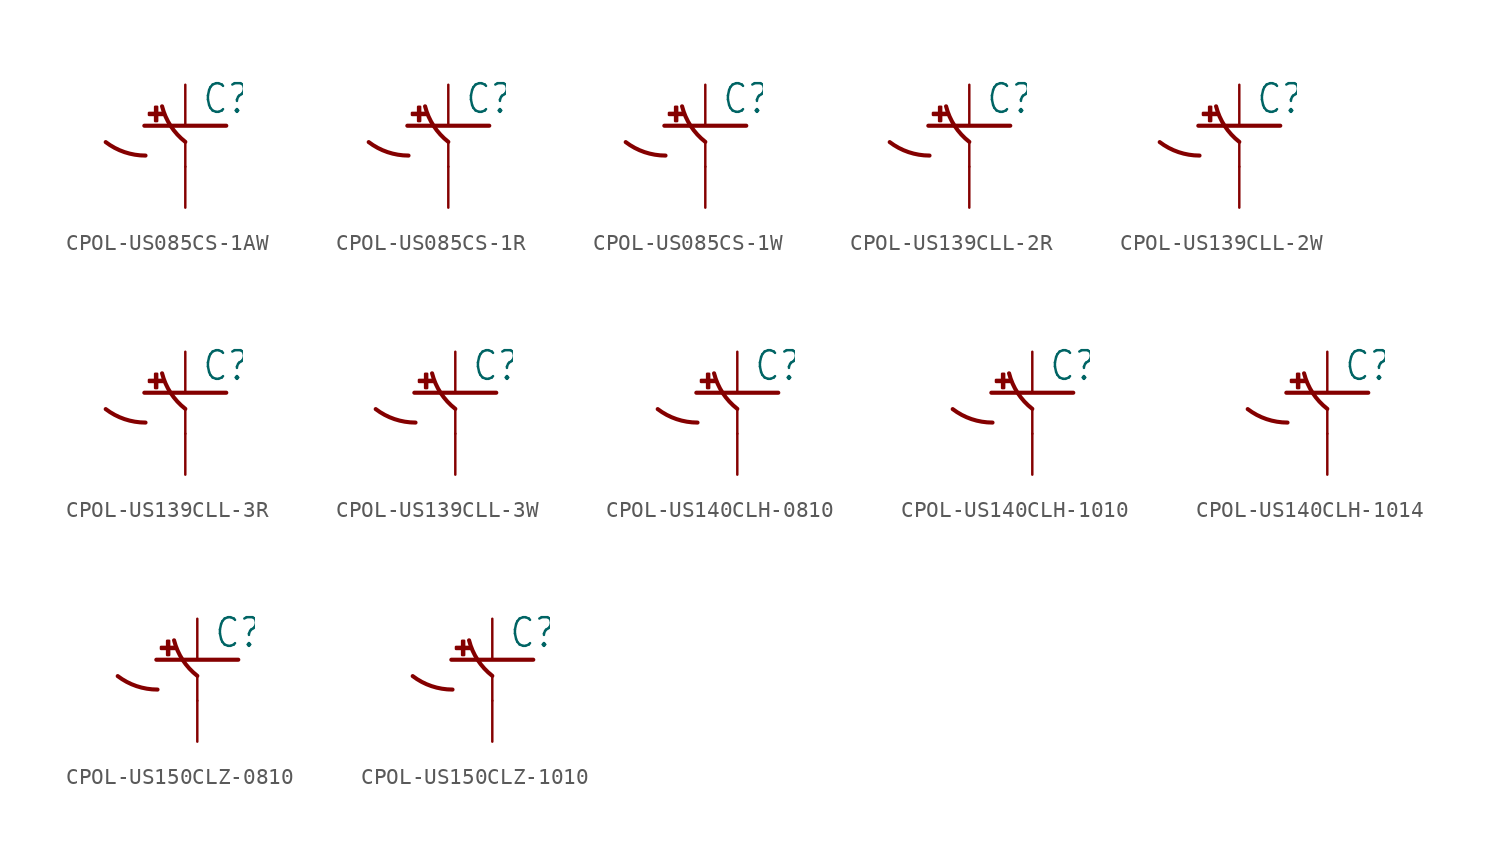
<source format=kicad_sym>
(kicad_symbol_lib
  (version 20241209)
  (generator "kicad_symbol_editor")
  (generator_version "9.0")
  (symbol "CPOL-US085CS-1AW"
    (property "Reference" "C"
      (at 1.016 0.635 0)
      (effects (font (size 1.778 1.511)) (justify left bottom)))
    (property "Value" ""
      (at 1.016 -4.191 0)
      (effects (font (size 1.778 1.511)) (justify left bottom)))
    (property "ki_locked" ""
      (at 0 0 0)
      (effects (font (size 1.27 1.27))))
    (symbol "CPOL-US085CS-1AW_1_0"
      (polyline (pts (xy -2.54 0) (xy 2.54 0)) (stroke (width 0.254) (type solid)) (fill (type none)))
      (arc (start -2.4669 -1.8504) (mid -3.7689 -1.6361) (end -4.9337 -1.0159) (stroke (width 0.254) (type solid)) (fill (type none)))
      (rectangle (start -2.253 0.668) (end -1.364 0.795) (stroke (width 0) (type default)) (fill (type outline)))
      (rectangle (start -1.872 0.287) (end -1.745 1.176) (stroke (width 0) (type default)) (fill (type outline)))
      (polyline (pts (xy 0 -1.016) (xy 0 -2.54)) (stroke (width 0.152) (type solid)) (fill (type none)))
      (arc (start 0 -1) (mid -0.9038 -0.0189) (end -1.4403 1.2025) (stroke (width 0.254) (type solid)) (fill (type none)))
      (pin passive line (at 0 2.54 270) (length 2.54) (name "+" (effects (font (size 0 0)))) (number "+" (effects (font (size 0 0)))))
      (pin passive line (at 0 -5.08 90) (length 2.54) (name "-" (effects (font (size 0 0)))) (number "-" (effects (font (size 0 0)))))))
  (symbol "CPOL-US085CS-1R"
    (property "Reference" "C"
      (at 1.016 0.635 0)
      (effects (font (size 1.778 1.511)) (justify left bottom)))
    (property "Value" ""
      (at 1.016 -4.191 0)
      (effects (font (size 1.778 1.511)) (justify left bottom)))
    (property "ki_locked" ""
      (at 0 0 0)
      (effects (font (size 1.27 1.27))))
    (symbol "CPOL-US085CS-1R_1_0"
      (polyline (pts (xy -2.54 0) (xy 2.54 0)) (stroke (width 0.254) (type solid)) (fill (type none)))
      (arc (start -2.4669 -1.8504) (mid -3.7689 -1.6361) (end -4.9337 -1.0159) (stroke (width 0.254) (type solid)) (fill (type none)))
      (rectangle (start -2.253 0.668) (end -1.364 0.795) (stroke (width 0) (type default)) (fill (type outline)))
      (rectangle (start -1.872 0.287) (end -1.745 1.176) (stroke (width 0) (type default)) (fill (type outline)))
      (polyline (pts (xy 0 -1.016) (xy 0 -2.54)) (stroke (width 0.152) (type solid)) (fill (type none)))
      (arc (start 0 -1) (mid -0.9038 -0.0189) (end -1.4403 1.2025) (stroke (width 0.254) (type solid)) (fill (type none)))
      (pin passive line (at 0 2.54 270) (length 2.54) (name "+" (effects (font (size 0 0)))) (number "+" (effects (font (size 0 0)))))
      (pin passive line (at 0 -5.08 90) (length 2.54) (name "-" (effects (font (size 0 0)))) (number "-" (effects (font (size 0 0)))))))
  (symbol "CPOL-US085CS-1W"
    (property "Reference" "C"
      (at 1.016 0.635 0)
      (effects (font (size 1.778 1.511)) (justify left bottom)))
    (property "Value" ""
      (at 1.016 -4.191 0)
      (effects (font (size 1.778 1.511)) (justify left bottom)))
    (property "ki_locked" ""
      (at 0 0 0)
      (effects (font (size 1.27 1.27))))
    (symbol "CPOL-US085CS-1W_1_0"
      (polyline (pts (xy -2.54 0) (xy 2.54 0)) (stroke (width 0.254) (type solid)) (fill (type none)))
      (arc (start -2.4669 -1.8504) (mid -3.7689 -1.6361) (end -4.9337 -1.0159) (stroke (width 0.254) (type solid)) (fill (type none)))
      (rectangle (start -2.253 0.668) (end -1.364 0.795) (stroke (width 0) (type default)) (fill (type outline)))
      (rectangle (start -1.872 0.287) (end -1.745 1.176) (stroke (width 0) (type default)) (fill (type outline)))
      (polyline (pts (xy 0 -1.016) (xy 0 -2.54)) (stroke (width 0.152) (type solid)) (fill (type none)))
      (arc (start 0 -1) (mid -0.9038 -0.0189) (end -1.4403 1.2025) (stroke (width 0.254) (type solid)) (fill (type none)))
      (pin passive line (at 0 2.54 270) (length 2.54) (name "+" (effects (font (size 0 0)))) (number "+" (effects (font (size 0 0)))))
      (pin passive line (at 0 -5.08 90) (length 2.54) (name "-" (effects (font (size 0 0)))) (number "-" (effects (font (size 0 0)))))))
  (symbol "CPOL-US139CLL-2R"
    (property "Reference" "C"
      (at 1.016 0.635 0)
      (effects (font (size 1.778 1.511)) (justify left bottom)))
    (property "Value" ""
      (at 1.016 -4.191 0)
      (effects (font (size 1.778 1.511)) (justify left bottom)))
    (property "ki_locked" ""
      (at 0 0 0)
      (effects (font (size 1.27 1.27))))
    (symbol "CPOL-US139CLL-2R_1_0"
      (polyline (pts (xy -2.54 0) (xy 2.54 0)) (stroke (width 0.254) (type solid)) (fill (type none)))
      (arc (start -2.4669 -1.8504) (mid -3.7689 -1.6361) (end -4.9337 -1.0159) (stroke (width 0.254) (type solid)) (fill (type none)))
      (rectangle (start -2.253 0.668) (end -1.364 0.795) (stroke (width 0) (type default)) (fill (type outline)))
      (rectangle (start -1.872 0.287) (end -1.745 1.176) (stroke (width 0) (type default)) (fill (type outline)))
      (polyline (pts (xy 0 -1.016) (xy 0 -2.54)) (stroke (width 0.152) (type solid)) (fill (type none)))
      (arc (start 0 -1) (mid -0.9038 -0.0189) (end -1.4403 1.2025) (stroke (width 0.254) (type solid)) (fill (type none)))
      (pin passive line (at 0 2.54 270) (length 2.54) (name "+" (effects (font (size 0 0)))) (number "+" (effects (font (size 0 0)))))
      (pin passive line (at 0 -5.08 90) (length 2.54) (name "-" (effects (font (size 0 0)))) (number "-" (effects (font (size 0 0)))))))
  (symbol "CPOL-US139CLL-2W"
    (property "Reference" "C"
      (at 1.016 0.635 0)
      (effects (font (size 1.778 1.511)) (justify left bottom)))
    (property "Value" ""
      (at 1.016 -4.191 0)
      (effects (font (size 1.778 1.511)) (justify left bottom)))
    (property "ki_locked" ""
      (at 0 0 0)
      (effects (font (size 1.27 1.27))))
    (symbol "CPOL-US139CLL-2W_1_0"
      (polyline (pts (xy -2.54 0) (xy 2.54 0)) (stroke (width 0.254) (type solid)) (fill (type none)))
      (arc (start -2.4669 -1.8504) (mid -3.7689 -1.6361) (end -4.9337 -1.0159) (stroke (width 0.254) (type solid)) (fill (type none)))
      (rectangle (start -2.253 0.668) (end -1.364 0.795) (stroke (width 0) (type default)) (fill (type outline)))
      (rectangle (start -1.872 0.287) (end -1.745 1.176) (stroke (width 0) (type default)) (fill (type outline)))
      (polyline (pts (xy 0 -1.016) (xy 0 -2.54)) (stroke (width 0.152) (type solid)) (fill (type none)))
      (arc (start 0 -1) (mid -0.9038 -0.0189) (end -1.4403 1.2025) (stroke (width 0.254) (type solid)) (fill (type none)))
      (pin passive line (at 0 2.54 270) (length 2.54) (name "+" (effects (font (size 0 0)))) (number "+" (effects (font (size 0 0)))))
      (pin passive line (at 0 -5.08 90) (length 2.54) (name "-" (effects (font (size 0 0)))) (number "-" (effects (font (size 0 0)))))))
  (symbol "CPOL-US139CLL-3R"
    (property "Reference" "C"
      (at 1.016 0.635 0)
      (effects (font (size 1.778 1.511)) (justify left bottom)))
    (property "Value" ""
      (at 1.016 -4.191 0)
      (effects (font (size 1.778 1.511)) (justify left bottom)))
    (property "ki_locked" ""
      (at 0 0 0)
      (effects (font (size 1.27 1.27))))
    (symbol "CPOL-US139CLL-3R_1_0"
      (polyline (pts (xy -2.54 0) (xy 2.54 0)) (stroke (width 0.254) (type solid)) (fill (type none)))
      (arc (start -2.4669 -1.8504) (mid -3.7689 -1.6361) (end -4.9337 -1.0159) (stroke (width 0.254) (type solid)) (fill (type none)))
      (rectangle (start -2.253 0.668) (end -1.364 0.795) (stroke (width 0) (type default)) (fill (type outline)))
      (rectangle (start -1.872 0.287) (end -1.745 1.176) (stroke (width 0) (type default)) (fill (type outline)))
      (polyline (pts (xy 0 -1.016) (xy 0 -2.54)) (stroke (width 0.152) (type solid)) (fill (type none)))
      (arc (start 0 -1) (mid -0.9038 -0.0189) (end -1.4403 1.2025) (stroke (width 0.254) (type solid)) (fill (type none)))
      (pin passive line (at 0 2.54 270) (length 2.54) (name "+" (effects (font (size 0 0)))) (number "+" (effects (font (size 0 0)))))
      (pin passive line (at 0 -5.08 90) (length 2.54) (name "-" (effects (font (size 0 0)))) (number "-" (effects (font (size 0 0)))))))
  (symbol "CPOL-US139CLL-3W"
    (property "Reference" "C"
      (at 1.016 0.635 0)
      (effects (font (size 1.778 1.511)) (justify left bottom)))
    (property "Value" ""
      (at 1.016 -4.191 0)
      (effects (font (size 1.778 1.511)) (justify left bottom)))
    (property "ki_locked" ""
      (at 0 0 0)
      (effects (font (size 1.27 1.27))))
    (symbol "CPOL-US139CLL-3W_1_0"
      (polyline (pts (xy -2.54 0) (xy 2.54 0)) (stroke (width 0.254) (type solid)) (fill (type none)))
      (arc (start -2.4669 -1.8504) (mid -3.7689 -1.6361) (end -4.9337 -1.0159) (stroke (width 0.254) (type solid)) (fill (type none)))
      (rectangle (start -2.253 0.668) (end -1.364 0.795) (stroke (width 0) (type default)) (fill (type outline)))
      (rectangle (start -1.872 0.287) (end -1.745 1.176) (stroke (width 0) (type default)) (fill (type outline)))
      (polyline (pts (xy 0 -1.016) (xy 0 -2.54)) (stroke (width 0.152) (type solid)) (fill (type none)))
      (arc (start 0 -1) (mid -0.9038 -0.0189) (end -1.4403 1.2025) (stroke (width 0.254) (type solid)) (fill (type none)))
      (pin passive line (at 0 2.54 270) (length 2.54) (name "+" (effects (font (size 0 0)))) (number "+" (effects (font (size 0 0)))))
      (pin passive line (at 0 -5.08 90) (length 2.54) (name "-" (effects (font (size 0 0)))) (number "-" (effects (font (size 0 0)))))))
  (symbol "CPOL-US140CLH-0810"
    (property "Reference" "C"
      (at 1.016 0.635 0)
      (effects (font (size 1.778 1.511)) (justify left bottom)))
    (property "Value" ""
      (at 1.016 -4.191 0)
      (effects (font (size 1.778 1.511)) (justify left bottom)))
    (property "ki_locked" ""
      (at 0 0 0)
      (effects (font (size 1.27 1.27))))
    (symbol "CPOL-US140CLH-0810_1_0"
      (polyline (pts (xy -2.54 0) (xy 2.54 0)) (stroke (width 0.254) (type solid)) (fill (type none)))
      (arc (start -2.4669 -1.8504) (mid -3.7689 -1.6361) (end -4.9337 -1.0159) (stroke (width 0.254) (type solid)) (fill (type none)))
      (rectangle (start -2.253 0.668) (end -1.364 0.795) (stroke (width 0) (type default)) (fill (type outline)))
      (rectangle (start -1.872 0.287) (end -1.745 1.176) (stroke (width 0) (type default)) (fill (type outline)))
      (polyline (pts (xy 0 -1.016) (xy 0 -2.54)) (stroke (width 0.152) (type solid)) (fill (type none)))
      (arc (start 0 -1) (mid -0.9038 -0.0189) (end -1.4403 1.2025) (stroke (width 0.254) (type solid)) (fill (type none)))
      (pin passive line (at 0 2.54 270) (length 2.54) (name "+" (effects (font (size 0 0)))) (number "+" (effects (font (size 0 0)))))
      (pin passive line (at 0 -5.08 90) (length 2.54) (name "-" (effects (font (size 0 0)))) (number "-" (effects (font (size 0 0)))))))
  (symbol "CPOL-US140CLH-1010"
    (property "Reference" "C"
      (at 1.016 0.635 0)
      (effects (font (size 1.778 1.511)) (justify left bottom)))
    (property "Value" ""
      (at 1.016 -4.191 0)
      (effects (font (size 1.778 1.511)) (justify left bottom)))
    (property "ki_locked" ""
      (at 0 0 0)
      (effects (font (size 1.27 1.27))))
    (symbol "CPOL-US140CLH-1010_1_0"
      (polyline (pts (xy -2.54 0) (xy 2.54 0)) (stroke (width 0.254) (type solid)) (fill (type none)))
      (arc (start -2.4669 -1.8504) (mid -3.7689 -1.6361) (end -4.9337 -1.0159) (stroke (width 0.254) (type solid)) (fill (type none)))
      (rectangle (start -2.253 0.668) (end -1.364 0.795) (stroke (width 0) (type default)) (fill (type outline)))
      (rectangle (start -1.872 0.287) (end -1.745 1.176) (stroke (width 0) (type default)) (fill (type outline)))
      (polyline (pts (xy 0 -1.016) (xy 0 -2.54)) (stroke (width 0.152) (type solid)) (fill (type none)))
      (arc (start 0 -1) (mid -0.9038 -0.0189) (end -1.4403 1.2025) (stroke (width 0.254) (type solid)) (fill (type none)))
      (pin passive line (at 0 2.54 270) (length 2.54) (name "+" (effects (font (size 0 0)))) (number "+" (effects (font (size 0 0)))))
      (pin passive line (at 0 -5.08 90) (length 2.54) (name "-" (effects (font (size 0 0)))) (number "-" (effects (font (size 0 0)))))))
  (symbol "CPOL-US140CLH-1014"
    (property "Reference" "C"
      (at 1.016 0.635 0)
      (effects (font (size 1.778 1.511)) (justify left bottom)))
    (property "Value" ""
      (at 1.016 -4.191 0)
      (effects (font (size 1.778 1.511)) (justify left bottom)))
    (property "ki_locked" ""
      (at 0 0 0)
      (effects (font (size 1.27 1.27))))
    (symbol "CPOL-US140CLH-1014_1_0"
      (polyline (pts (xy -2.54 0) (xy 2.54 0)) (stroke (width 0.254) (type solid)) (fill (type none)))
      (arc (start -2.4669 -1.8504) (mid -3.7689 -1.6361) (end -4.9337 -1.0159) (stroke (width 0.254) (type solid)) (fill (type none)))
      (rectangle (start -2.253 0.668) (end -1.364 0.795) (stroke (width 0) (type default)) (fill (type outline)))
      (rectangle (start -1.872 0.287) (end -1.745 1.176) (stroke (width 0) (type default)) (fill (type outline)))
      (polyline (pts (xy 0 -1.016) (xy 0 -2.54)) (stroke (width 0.152) (type solid)) (fill (type none)))
      (arc (start 0 -1) (mid -0.9038 -0.0189) (end -1.4403 1.2025) (stroke (width 0.254) (type solid)) (fill (type none)))
      (pin passive line (at 0 2.54 270) (length 2.54) (name "+" (effects (font (size 0 0)))) (number "+" (effects (font (size 0 0)))))
      (pin passive line (at 0 -5.08 90) (length 2.54) (name "-" (effects (font (size 0 0)))) (number "-" (effects (font (size 0 0)))))))
  (symbol "CPOL-US150CLZ-0810"
    (property "Reference" "C"
      (at 1.016 0.635 0)
      (effects (font (size 1.778 1.511)) (justify left bottom)))
    (property "Value" ""
      (at 1.016 -4.191 0)
      (effects (font (size 1.778 1.511)) (justify left bottom)))
    (property "ki_locked" ""
      (at 0 0 0)
      (effects (font (size 1.27 1.27))))
    (symbol "CPOL-US150CLZ-0810_1_0"
      (polyline (pts (xy -2.54 0) (xy 2.54 0)) (stroke (width 0.254) (type solid)) (fill (type none)))
      (arc (start -2.4669 -1.8504) (mid -3.7689 -1.6361) (end -4.9337 -1.0159) (stroke (width 0.254) (type solid)) (fill (type none)))
      (rectangle (start -2.253 0.668) (end -1.364 0.795) (stroke (width 0) (type default)) (fill (type outline)))
      (rectangle (start -1.872 0.287) (end -1.745 1.176) (stroke (width 0) (type default)) (fill (type outline)))
      (polyline (pts (xy 0 -1.016) (xy 0 -2.54)) (stroke (width 0.152) (type solid)) (fill (type none)))
      (arc (start 0 -1) (mid -0.9038 -0.0189) (end -1.4403 1.2025) (stroke (width 0.254) (type solid)) (fill (type none)))
      (pin passive line (at 0 2.54 270) (length 2.54) (name "+" (effects (font (size 0 0)))) (number "+" (effects (font (size 0 0)))))
      (pin passive line (at 0 -5.08 90) (length 2.54) (name "-" (effects (font (size 0 0)))) (number "-" (effects (font (size 0 0)))))))
  (symbol "CPOL-US150CLZ-1010"
    (property "Reference" "C"
      (at 1.016 0.635 0)
      (effects (font (size 1.778 1.511)) (justify left bottom)))
    (property "Value" ""
      (at 1.016 -4.191 0)
      (effects (font (size 1.778 1.511)) (justify left bottom)))
    (property "ki_locked" ""
      (at 0 0 0)
      (effects (font (size 1.27 1.27))))
    (symbol "CPOL-US150CLZ-1010_1_0"
      (polyline (pts (xy -2.54 0) (xy 2.54 0)) (stroke (width 0.254) (type solid)) (fill (type none)))
      (arc (start -2.4669 -1.8504) (mid -3.7689 -1.6361) (end -4.9337 -1.0159) (stroke (width 0.254) (type solid)) (fill (type none)))
      (rectangle (start -2.253 0.668) (end -1.364 0.795) (stroke (width 0) (type default)) (fill (type outline)))
      (rectangle (start -1.872 0.287) (end -1.745 1.176) (stroke (width 0) (type default)) (fill (type outline)))
      (polyline (pts (xy 0 -1.016) (xy 0 -2.54)) (stroke (width 0.152) (type solid)) (fill (type none)))
      (arc (start 0 -1) (mid -0.9038 -0.0189) (end -1.4403 1.2025) (stroke (width 0.254) (type solid)) (fill (type none)))
      (pin passive line (at 0 2.54 270) (length 2.54) (name "+" (effects (font (size 0 0)))) (number "+" (effects (font (size 0 0)))))
      (pin passive line (at 0 -5.08 90) (length 2.54) (name "-" (effects (font (size 0 0)))) (number "-" (effects (font (size 0 0))))))))
</source>
